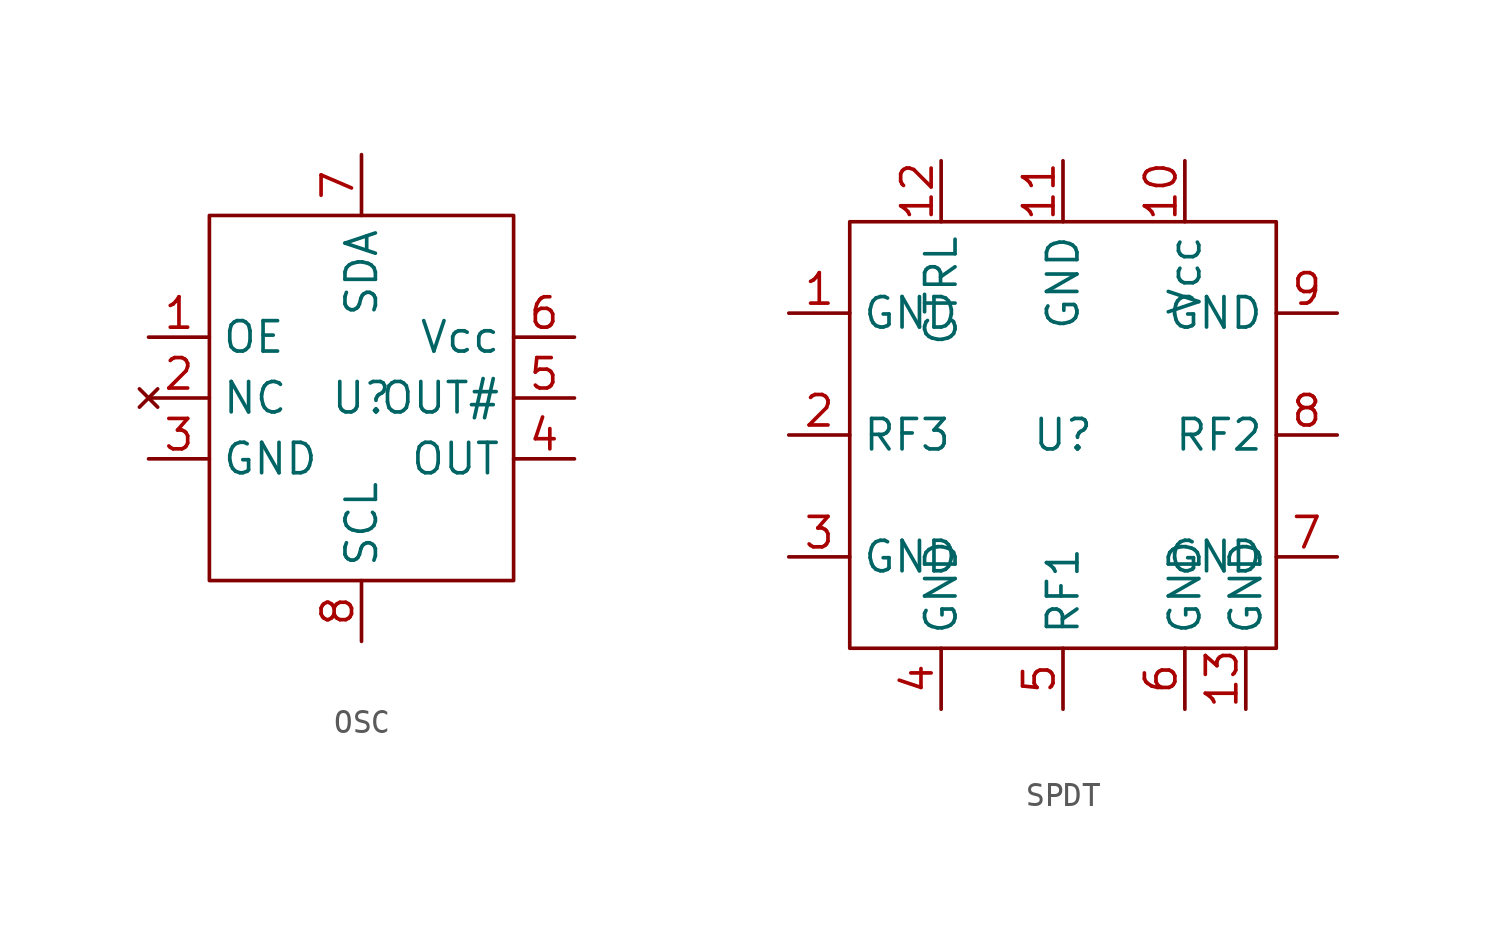
<source format=kicad_sym>
(kicad_symbol_lib
  (version 20241209)
  (generator "kicad_symbol_editor")
  (generator_version "9.0")
  (symbol "OSC"
    (property "Reference" "U"
      (at 0 0 0)
      (effects (font (size 1.27 1.27))))
    (property "Value" ""
      (at 0 0 0)
      (effects (font (size 1.27 1.27))))
    (symbol "OSC_0_1"
      (rectangle (start -6.35 7.62) (end 6.35 -7.62) (stroke (width 0) (type default)) (fill (type none))))
    (symbol "OSC_1_1"
      (pin input line (at -8.89 2.54 0) (length 2.54) (name "OE" (effects (font (size 1.27 1.27)))) (number "1" (effects (font (size 1.27 1.27)))))
      (pin no_connect line (at -8.89 0 0) (length 2.54) (name "NC" (effects (font (size 1.27 1.27)))) (number "2" (effects (font (size 1.27 1.27)))))
      (pin power_in line (at -8.89 -2.54 0) (length 2.54) (name "GND" (effects (font (size 1.27 1.27)))) (number "3" (effects (font (size 1.27 1.27)))))
      (pin input line (at 0 10.16 270) (length 2.54) (name "SDA" (effects (font (size 1.27 1.27)))) (number "7" (effects (font (size 1.27 1.27)))))
      (pin input line (at 0 -10.16 90) (length 2.54) (name "SCL" (effects (font (size 1.27 1.27)))) (number "8" (effects (font (size 1.27 1.27)))))
      (pin power_in line (at 8.89 2.54 180) (length 2.54) (name "Vcc" (effects (font (size 1.27 1.27)))) (number "6" (effects (font (size 1.27 1.27)))))
      (pin output line (at 8.89 0 180) (length 2.54) (name "OUT#" (effects (font (size 1.27 1.27)))) (number "5" (effects (font (size 1.27 1.27)))))
      (pin output line (at 8.89 -2.54 180) (length 2.54) (name "OUT" (effects (font (size 1.27 1.27)))) (number "4" (effects (font (size 1.27 1.27)))))))
  (symbol "SPDT"
    (property "Reference" "U"
      (at 0 0 0)
      (effects (font (size 1.27 1.27))))
    (property "Value" ""
      (at 0 0 0)
      (effects (font (size 1.27 1.27))))
    (symbol "SPDT_0_1"
      (rectangle (start -8.89 8.89) (end 8.89 -8.89) (stroke (width 0) (type default)) (fill (type none))))
    (symbol "SPDT_1_1"
      (pin power_in line (at -11.43 5.08 0) (length 2.54) (name "GND" (effects (font (size 1.27 1.27)))) (number "1" (effects (font (size 1.27 1.27)))))
      (pin bidirectional line (at -11.43 0 0) (length 2.54) (name "RF3" (effects (font (size 1.27 1.27)))) (number "2" (effects (font (size 1.27 1.27)))))
      (pin power_in line (at -11.43 -5.08 0) (length 2.54) (name "GND" (effects (font (size 1.27 1.27)))) (number "3" (effects (font (size 1.27 1.27)))))
      (pin input line (at -5.08 11.43 270) (length 2.54) (name "CTRL" (effects (font (size 1.27 1.27)))) (number "12" (effects (font (size 1.27 1.27)))))
      (pin power_in line (at -5.08 -11.43 90) (length 2.54) (name "GND" (effects (font (size 1.27 1.27)))) (number "4" (effects (font (size 1.27 1.27)))))
      (pin power_in line (at 0 11.43 270) (length 2.54) (name "GND" (effects (font (size 1.27 1.27)))) (number "11" (effects (font (size 1.27 1.27)))))
      (pin bidirectional line (at 0 -11.43 90) (length 2.54) (name "RF1" (effects (font (size 1.27 1.27)))) (number "5" (effects (font (size 1.27 1.27)))))
      (pin power_in line (at 5.08 11.43 270) (length 2.54) (name "Vcc" (effects (font (size 1.27 1.27)))) (number "10" (effects (font (size 1.27 1.27)))))
      (pin power_in line (at 5.08 -11.43 90) (length 2.54) (name "GND" (effects (font (size 1.27 1.27)))) (number "6" (effects (font (size 1.27 1.27)))))
      (pin power_in line (at 7.62 -11.43 90) (length 2.54) (name "GND" (effects (font (size 1.27 1.27)))) (number "13" (effects (font (size 1.27 1.27)))))
      (pin power_in line (at 11.43 5.08 180) (length 2.54) (name "GND" (effects (font (size 1.27 1.27)))) (number "9" (effects (font (size 1.27 1.27)))))
      (pin bidirectional line (at 11.43 0 180) (length 2.54) (name "RF2" (effects (font (size 1.27 1.27)))) (number "8" (effects (font (size 1.27 1.27)))))
      (pin power_in line (at 11.43 -5.08 180) (length 2.54) (name "GND" (effects (font (size 1.27 1.27)))) (number "7" (effects (font (size 1.27 1.27))))))))
</source>
